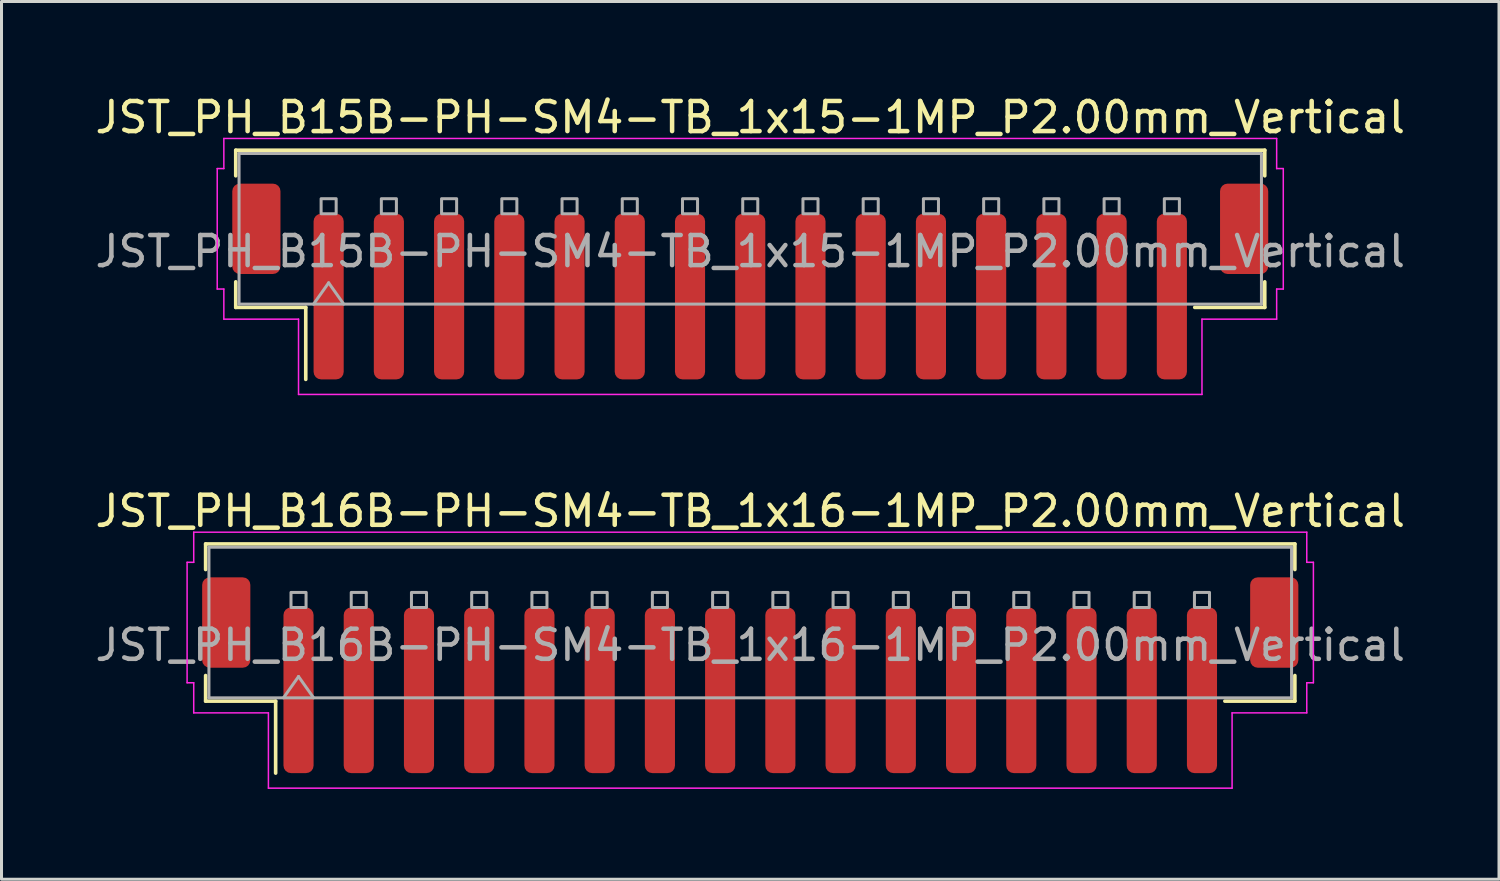
<source format=kicad_pcb>
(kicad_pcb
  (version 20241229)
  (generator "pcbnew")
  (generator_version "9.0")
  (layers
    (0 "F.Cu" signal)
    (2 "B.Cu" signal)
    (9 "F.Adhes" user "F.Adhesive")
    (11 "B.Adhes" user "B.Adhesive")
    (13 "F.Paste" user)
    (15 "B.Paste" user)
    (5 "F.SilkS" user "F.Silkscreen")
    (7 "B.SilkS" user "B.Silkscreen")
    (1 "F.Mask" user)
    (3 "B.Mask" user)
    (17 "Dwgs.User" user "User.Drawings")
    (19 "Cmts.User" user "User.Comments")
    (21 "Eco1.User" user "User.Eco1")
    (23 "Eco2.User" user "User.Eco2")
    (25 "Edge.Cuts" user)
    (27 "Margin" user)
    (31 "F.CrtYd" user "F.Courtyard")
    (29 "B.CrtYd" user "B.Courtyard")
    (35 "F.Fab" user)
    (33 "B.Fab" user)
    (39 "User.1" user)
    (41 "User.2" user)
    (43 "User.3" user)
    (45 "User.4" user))
  (footprint "JST_PH_B16B-PH-SM4-TB_1x16-1MP_P2.00mm_Vertical"
    (layer "F.Cu")
    (at 21.863 19.372)
    (property "Reference" "JST_PH_B16B-PH-SM4-TB_1x16-1MP_P2.00mm_Vertical" (at 0 -5.45 0) (layer "F.SilkS") (effects (font (size 1 1) (thickness 0.15))))
    (attr smd)
    (fp_line (start -18.085 -4.36) (end 18.085 -4.36) (stroke (width 0.12) (type solid)) (layer "F.SilkS"))
    (fp_line (start -18.085 -3.51) (end -18.085 -4.36) (stroke (width 0.12) (type solid)) (layer "F.SilkS"))
    (fp_line (start -18.085 0.01) (end -18.085 0.86) (stroke (width 0.12) (type solid)) (layer "F.SilkS"))
    (fp_line (start -18.085 0.86) (end -15.76 0.86) (stroke (width 0.12) (type solid)) (layer "F.SilkS"))
    (fp_line (start -15.76 0.86) (end -15.76 3.25) (stroke (width 0.12) (type solid)) (layer "F.SilkS"))
    (fp_line (start 18.085 -4.36) (end 18.085 -3.51) (stroke (width 0.12) (type solid)) (layer "F.SilkS"))
    (fp_line (start 18.085 0.01) (end 18.085 0.86) (stroke (width 0.12) (type solid)) (layer "F.SilkS"))
    (fp_line (start 18.085 0.86) (end 15.76 0.86) (stroke (width 0.12) (type solid)) (layer "F.SilkS"))
    (fp_line (start -18.7 -3.75) (end -18.48 -3.75) (stroke (width 0.05) (type solid)) (layer "F.CrtYd"))
    (fp_line (start -18.7 0.25) (end -18.7 -3.75) (stroke (width 0.05) (type solid)) (layer "F.CrtYd"))
    (fp_line (start -18.48 -4.75) (end 18.48 -4.75) (stroke (width 0.05) (type solid)) (layer "F.CrtYd"))
    (fp_line (start -18.48 -3.75) (end -18.48 -4.75) (stroke (width 0.05) (type solid)) (layer "F.CrtYd"))
    (fp_line (start -18.48 0.25) (end -18.7 0.25) (stroke (width 0.05) (type solid)) (layer "F.CrtYd"))
    (fp_line (start -18.48 1.25) (end -18.48 0.25) (stroke (width 0.05) (type solid)) (layer "F.CrtYd"))
    (fp_line (start -16 1.25) (end -18.48 1.25) (stroke (width 0.05) (type solid)) (layer "F.CrtYd"))
    (fp_line (start -16 3.75) (end -16 1.25) (stroke (width 0.05) (type solid)) (layer "F.CrtYd"))
    (fp_line (start 16 1.25) (end 16 3.75) (stroke (width 0.05) (type solid)) (layer "F.CrtYd"))
    (fp_line (start 16 3.75) (end -16 3.75) (stroke (width 0.05) (type solid)) (layer "F.CrtYd"))
    (fp_line (start 18.48 -4.75) (end 18.48 -3.75) (stroke (width 0.05) (type solid)) (layer "F.CrtYd"))
    (fp_line (start 18.48 -3.75) (end 18.7 -3.75) (stroke (width 0.05) (type solid)) (layer "F.CrtYd"))
    (fp_line (start 18.48 0.25) (end 18.48 1.25) (stroke (width 0.05) (type solid)) (layer "F.CrtYd"))
    (fp_line (start 18.48 1.25) (end 16 1.25) (stroke (width 0.05) (type solid)) (layer "F.CrtYd"))
    (fp_line (start 18.7 -3.75) (end 18.7 0.25) (stroke (width 0.05) (type solid)) (layer "F.CrtYd"))
    (fp_line (start 18.7 0.25) (end 18.48 0.25) (stroke (width 0.05) (type solid)) (layer "F.CrtYd"))
    (fp_line (start -17.975 -4.25) (end 17.975 -4.25) (stroke (width 0.1) (type solid)) (layer "F.Fab"))
    (fp_line (start -17.975 0.75) (end -17.975 -4.25) (stroke (width 0.1) (type solid)) (layer "F.Fab"))
    (fp_line (start -17.975 0.75) (end 17.975 0.75) (stroke (width 0.1) (type solid)) (layer "F.Fab"))
    (fp_line (start -15.5 0.75) (end -15 0.043) (stroke (width 0.1) (type solid)) (layer "F.Fab"))
    (fp_line (start -15 0.043) (end -14.5 0.75) (stroke (width 0.1) (type solid)) (layer "F.Fab"))
    (fp_line (start 17.975 0.75) (end 17.975 -4.25) (stroke (width 0.1) (type solid)) (layer "F.Fab"))
    (fp_rect (start -15.25 -2.75) (end -14.75 -2.25) (stroke (width 0.1) (type solid)) (fill no) (layer "F.Fab"))
    (fp_rect (start -13.25 -2.75) (end -12.75 -2.25) (stroke (width 0.1) (type solid)) (fill no) (layer "F.Fab"))
    (fp_rect (start -11.25 -2.75) (end -10.75 -2.25) (stroke (width 0.1) (type solid)) (fill no) (layer "F.Fab"))
    (fp_rect (start -9.25 -2.75) (end -8.75 -2.25) (stroke (width 0.1) (type solid)) (fill no) (layer "F.Fab"))
    (fp_rect (start -7.25 -2.75) (end -6.75 -2.25) (stroke (width 0.1) (type solid)) (fill no) (layer "F.Fab"))
    (fp_rect (start -5.25 -2.75) (end -4.75 -2.25) (stroke (width 0.1) (type solid)) (fill no) (layer "F.Fab"))
    (fp_rect (start -3.25 -2.75) (end -2.75 -2.25) (stroke (width 0.1) (type solid)) (fill no) (layer "F.Fab"))
    (fp_rect (start -1.25 -2.75) (end -0.75 -2.25) (stroke (width 0.1) (type solid)) (fill no) (layer "F.Fab"))
    (fp_rect (start 0.75 -2.75) (end 1.25 -2.25) (stroke (width 0.1) (type solid)) (fill no) (layer "F.Fab"))
    (fp_rect (start 2.75 -2.75) (end 3.25 -2.25) (stroke (width 0.1) (type solid)) (fill no) (layer "F.Fab"))
    (fp_rect (start 4.75 -2.75) (end 5.25 -2.25) (stroke (width 0.1) (type solid)) (fill no) (layer "F.Fab"))
    (fp_rect (start 6.75 -2.75) (end 7.25 -2.25) (stroke (width 0.1) (type solid)) (fill no) (layer "F.Fab"))
    (fp_rect (start 8.75 -2.75) (end 9.25 -2.25) (stroke (width 0.1) (type solid)) (fill no) (layer "F.Fab"))
    (fp_rect (start 10.75 -2.75) (end 11.25 -2.25) (stroke (width 0.1) (type solid)) (fill no) (layer "F.Fab"))
    (fp_rect (start 12.75 -2.75) (end 13.25 -2.25) (stroke (width 0.1) (type solid)) (fill no) (layer "F.Fab"))
    (fp_rect (start 14.75 -2.75) (end 15.25 -2.25) (stroke (width 0.1) (type solid)) (fill no) (layer "F.Fab"))
    (fp_text user "${REFERENCE}" (at 0 -1 0) (layer "F.Fab") (effects (font (size 1 1) (thickness 0.15))))
    (pad "1" smd roundrect (at -15 0.5) (size 1 5.5) (layers "F.Cu" "F.Mask" "F.Paste") (roundrect_rratio 0.25))
    (pad "2" smd roundrect (at -13 0.5) (size 1 5.5) (layers "F.Cu" "F.Mask" "F.Paste") (roundrect_rratio 0.25))
    (pad "3" smd roundrect (at -11 0.5) (size 1 5.5) (layers "F.Cu" "F.Mask" "F.Paste") (roundrect_rratio 0.25))
    (pad "4" smd roundrect (at -9 0.5) (size 1 5.5) (layers "F.Cu" "F.Mask" "F.Paste") (roundrect_rratio 0.25))
    (pad "5" smd roundrect (at -7 0.5) (size 1 5.5) (layers "F.Cu" "F.Mask" "F.Paste") (roundrect_rratio 0.25))
    (pad "6" smd roundrect (at -5 0.5) (size 1 5.5) (layers "F.Cu" "F.Mask" "F.Paste") (roundrect_rratio 0.25))
    (pad "7" smd roundrect (at -3 0.5) (size 1 5.5) (layers "F.Cu" "F.Mask" "F.Paste") (roundrect_rratio 0.25))
    (pad "8" smd roundrect (at -1 0.5) (size 1 5.5) (layers "F.Cu" "F.Mask" "F.Paste") (roundrect_rratio 0.25))
    (pad "9" smd roundrect (at 1 0.5) (size 1 5.5) (layers "F.Cu" "F.Mask" "F.Paste") (roundrect_rratio 0.25))
    (pad "10" smd roundrect (at 3 0.5) (size 1 5.5) (layers "F.Cu" "F.Mask" "F.Paste") (roundrect_rratio 0.25))
    (pad "11" smd roundrect (at 5 0.5) (size 1 5.5) (layers "F.Cu" "F.Mask" "F.Paste") (roundrect_rratio 0.25))
    (pad "12" smd roundrect (at 7 0.5) (size 1 5.5) (layers "F.Cu" "F.Mask" "F.Paste") (roundrect_rratio 0.25))
    (pad "13" smd roundrect (at 9 0.5) (size 1 5.5) (layers "F.Cu" "F.Mask" "F.Paste") (roundrect_rratio 0.25))
    (pad "14" smd roundrect (at 11 0.5) (size 1 5.5) (layers "F.Cu" "F.Mask" "F.Paste") (roundrect_rratio 0.25))
    (pad "15" smd roundrect (at 13 0.5) (size 1 5.5) (layers "F.Cu" "F.Mask" "F.Paste") (roundrect_rratio 0.25))
    (pad "16" smd roundrect (at 15 0.5) (size 1 5.5) (layers "F.Cu" "F.Mask" "F.Paste") (roundrect_rratio 0.25))
    (pad "MP" smd roundrect (at -17.4 -1.75) (size 1.6 3) (layers "F.Cu" "F.Mask" "F.Paste") (roundrect_rratio 0.156))
    (pad "MP" smd roundrect (at 17.4 -1.75) (size 1.6 3) (layers "F.Cu" "F.Mask" "F.Paste") (roundrect_rratio 0.156)))
  (footprint "JST_PH_B15B-PH-SM4-TB_1x15-1MP_P2.00mm_Vertical"
    (layer "F.Cu")
    (at 21.863 6.298)
    (property "Reference" "JST_PH_B15B-PH-SM4-TB_1x15-1MP_P2.00mm_Vertical" (at 0 -5.45 0) (layer "F.SilkS") (effects (font (size 1 1) (thickness 0.15))))
    (attr smd)
    (fp_line (start -17.085 -4.36) (end 17.085 -4.36) (stroke (width 0.12) (type solid)) (layer "F.SilkS"))
    (fp_line (start -17.085 -3.51) (end -17.085 -4.36) (stroke (width 0.12) (type solid)) (layer "F.SilkS"))
    (fp_line (start -17.085 0.01) (end -17.085 0.86) (stroke (width 0.12) (type solid)) (layer "F.SilkS"))
    (fp_line (start -17.085 0.86) (end -14.76 0.86) (stroke (width 0.12) (type solid)) (layer "F.SilkS"))
    (fp_line (start -14.76 0.86) (end -14.76 3.25) (stroke (width 0.12) (type solid)) (layer "F.SilkS"))
    (fp_line (start 17.085 -4.36) (end 17.085 -3.51) (stroke (width 0.12) (type solid)) (layer "F.SilkS"))
    (fp_line (start 17.085 0.01) (end 17.085 0.86) (stroke (width 0.12) (type solid)) (layer "F.SilkS"))
    (fp_line (start 17.085 0.86) (end 14.76 0.86) (stroke (width 0.12) (type solid)) (layer "F.SilkS"))
    (fp_line (start -17.7 -3.75) (end -17.48 -3.75) (stroke (width 0.05) (type solid)) (layer "F.CrtYd"))
    (fp_line (start -17.7 0.25) (end -17.7 -3.75) (stroke (width 0.05) (type solid)) (layer "F.CrtYd"))
    (fp_line (start -17.48 -4.75) (end 17.48 -4.75) (stroke (width 0.05) (type solid)) (layer "F.CrtYd"))
    (fp_line (start -17.48 -3.75) (end -17.48 -4.75) (stroke (width 0.05) (type solid)) (layer "F.CrtYd"))
    (fp_line (start -17.48 0.25) (end -17.7 0.25) (stroke (width 0.05) (type solid)) (layer "F.CrtYd"))
    (fp_line (start -17.48 1.25) (end -17.48 0.25) (stroke (width 0.05) (type solid)) (layer "F.CrtYd"))
    (fp_line (start -15 1.25) (end -17.48 1.25) (stroke (width 0.05) (type solid)) (layer "F.CrtYd"))
    (fp_line (start -15 3.75) (end -15 1.25) (stroke (width 0.05) (type solid)) (layer "F.CrtYd"))
    (fp_line (start 15 1.25) (end 15 3.75) (stroke (width 0.05) (type solid)) (layer "F.CrtYd"))
    (fp_line (start 15 3.75) (end -15 3.75) (stroke (width 0.05) (type solid)) (layer "F.CrtYd"))
    (fp_line (start 17.48 -4.75) (end 17.48 -3.75) (stroke (width 0.05) (type solid)) (layer "F.CrtYd"))
    (fp_line (start 17.48 -3.75) (end 17.7 -3.75) (stroke (width 0.05) (type solid)) (layer "F.CrtYd"))
    (fp_line (start 17.48 0.25) (end 17.48 1.25) (stroke (width 0.05) (type solid)) (layer "F.CrtYd"))
    (fp_line (start 17.48 1.25) (end 15 1.25) (stroke (width 0.05) (type solid)) (layer "F.CrtYd"))
    (fp_line (start 17.7 -3.75) (end 17.7 0.25) (stroke (width 0.05) (type solid)) (layer "F.CrtYd"))
    (fp_line (start 17.7 0.25) (end 17.48 0.25) (stroke (width 0.05) (type solid)) (layer "F.CrtYd"))
    (fp_line (start -16.975 -4.25) (end 16.975 -4.25) (stroke (width 0.1) (type solid)) (layer "F.Fab"))
    (fp_line (start -16.975 0.75) (end -16.975 -4.25) (stroke (width 0.1) (type solid)) (layer "F.Fab"))
    (fp_line (start -16.975 0.75) (end 16.975 0.75) (stroke (width 0.1) (type solid)) (layer "F.Fab"))
    (fp_line (start -14.5 0.75) (end -14 0.043) (stroke (width 0.1) (type solid)) (layer "F.Fab"))
    (fp_line (start -14 0.043) (end -13.5 0.75) (stroke (width 0.1) (type solid)) (layer "F.Fab"))
    (fp_line (start 16.975 0.75) (end 16.975 -4.25) (stroke (width 0.1) (type solid)) (layer "F.Fab"))
    (fp_rect (start -14.25 -2.75) (end -13.75 -2.25) (stroke (width 0.1) (type solid)) (fill no) (layer "F.Fab"))
    (fp_rect (start -12.25 -2.75) (end -11.75 -2.25) (stroke (width 0.1) (type solid)) (fill no) (layer "F.Fab"))
    (fp_rect (start -10.25 -2.75) (end -9.75 -2.25) (stroke (width 0.1) (type solid)) (fill no) (layer "F.Fab"))
    (fp_rect (start -8.25 -2.75) (end -7.75 -2.25) (stroke (width 0.1) (type solid)) (fill no) (layer "F.Fab"))
    (fp_rect (start -6.25 -2.75) (end -5.75 -2.25) (stroke (width 0.1) (type solid)) (fill no) (layer "F.Fab"))
    (fp_rect (start -4.25 -2.75) (end -3.75 -2.25) (stroke (width 0.1) (type solid)) (fill no) (layer "F.Fab"))
    (fp_rect (start -2.25 -2.75) (end -1.75 -2.25) (stroke (width 0.1) (type solid)) (fill no) (layer "F.Fab"))
    (fp_rect (start -0.25 -2.75) (end 0.25 -2.25) (stroke (width 0.1) (type solid)) (fill no) (layer "F.Fab"))
    (fp_rect (start 1.75 -2.75) (end 2.25 -2.25) (stroke (width 0.1) (type solid)) (fill no) (layer "F.Fab"))
    (fp_rect (start 3.75 -2.75) (end 4.25 -2.25) (stroke (width 0.1) (type solid)) (fill no) (layer "F.Fab"))
    (fp_rect (start 5.75 -2.75) (end 6.25 -2.25) (stroke (width 0.1) (type solid)) (fill no) (layer "F.Fab"))
    (fp_rect (start 7.75 -2.75) (end 8.25 -2.25) (stroke (width 0.1) (type solid)) (fill no) (layer "F.Fab"))
    (fp_rect (start 9.75 -2.75) (end 10.25 -2.25) (stroke (width 0.1) (type solid)) (fill no) (layer "F.Fab"))
    (fp_rect (start 11.75 -2.75) (end 12.25 -2.25) (stroke (width 0.1) (type solid)) (fill no) (layer "F.Fab"))
    (fp_rect (start 13.75 -2.75) (end 14.25 -2.25) (stroke (width 0.1) (type solid)) (fill no) (layer "F.Fab"))
    (fp_text user "${REFERENCE}" (at 0 -1 0) (layer "F.Fab") (effects (font (size 1 1) (thickness 0.15))))
    (pad "1" smd roundrect (at -14 0.5) (size 1 5.5) (layers "F.Cu" "F.Mask" "F.Paste") (roundrect_rratio 0.25))
    (pad "2" smd roundrect (at -12 0.5) (size 1 5.5) (layers "F.Cu" "F.Mask" "F.Paste") (roundrect_rratio 0.25))
    (pad "3" smd roundrect (at -10 0.5) (size 1 5.5) (layers "F.Cu" "F.Mask" "F.Paste") (roundrect_rratio 0.25))
    (pad "4" smd roundrect (at -8 0.5) (size 1 5.5) (layers "F.Cu" "F.Mask" "F.Paste") (roundrect_rratio 0.25))
    (pad "5" smd roundrect (at -6 0.5) (size 1 5.5) (layers "F.Cu" "F.Mask" "F.Paste") (roundrect_rratio 0.25))
    (pad "6" smd roundrect (at -4 0.5) (size 1 5.5) (layers "F.Cu" "F.Mask" "F.Paste") (roundrect_rratio 0.25))
    (pad "7" smd roundrect (at -2 0.5) (size 1 5.5) (layers "F.Cu" "F.Mask" "F.Paste") (roundrect_rratio 0.25))
    (pad "8" smd roundrect (at 0 0.5) (size 1 5.5) (layers "F.Cu" "F.Mask" "F.Paste") (roundrect_rratio 0.25))
    (pad "9" smd roundrect (at 2 0.5) (size 1 5.5) (layers "F.Cu" "F.Mask" "F.Paste") (roundrect_rratio 0.25))
    (pad "10" smd roundrect (at 4 0.5) (size 1 5.5) (layers "F.Cu" "F.Mask" "F.Paste") (roundrect_rratio 0.25))
    (pad "11" smd roundrect (at 6 0.5) (size 1 5.5) (layers "F.Cu" "F.Mask" "F.Paste") (roundrect_rratio 0.25))
    (pad "12" smd roundrect (at 8 0.5) (size 1 5.5) (layers "F.Cu" "F.Mask" "F.Paste") (roundrect_rratio 0.25))
    (pad "13" smd roundrect (at 10 0.5) (size 1 5.5) (layers "F.Cu" "F.Mask" "F.Paste") (roundrect_rratio 0.25))
    (pad "14" smd roundrect (at 12 0.5) (size 1 5.5) (layers "F.Cu" "F.Mask" "F.Paste") (roundrect_rratio 0.25))
    (pad "15" smd roundrect (at 14 0.5) (size 1 5.5) (layers "F.Cu" "F.Mask" "F.Paste") (roundrect_rratio 0.25))
    (pad "MP" smd roundrect (at -16.4 -1.75) (size 1.6 3) (layers "F.Cu" "F.Mask" "F.Paste") (roundrect_rratio 0.156))
    (pad "MP" smd roundrect (at 16.4 -1.75) (size 1.6 3) (layers "F.Cu" "F.Mask" "F.Paste") (roundrect_rratio 0.156)))
  (gr_rect
    (start -3 -3)
    (end 46.726 26.146)
    (stroke (width 0.1) (type default))
    (fill no)
    (layer "Edge.Cuts")))
</source>
